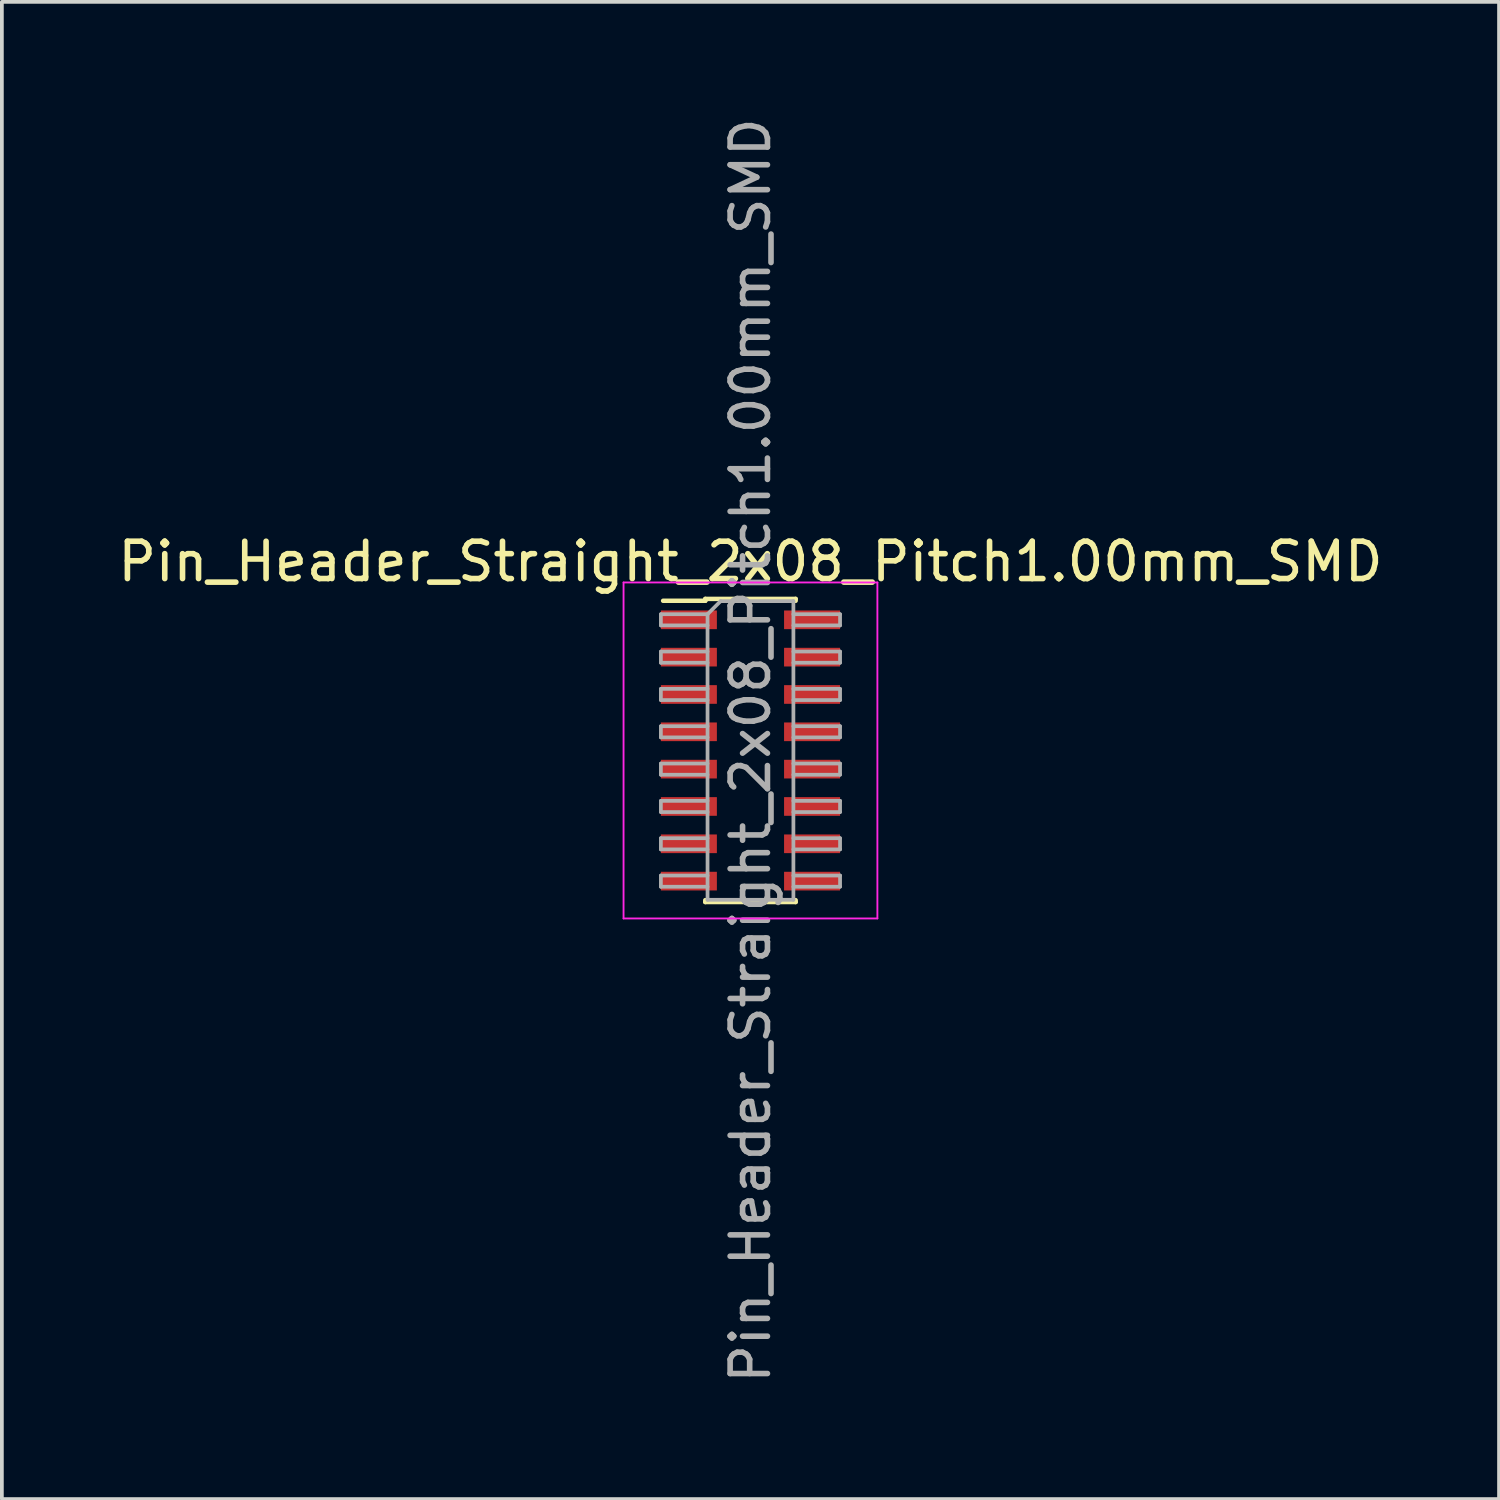
<source format=kicad_pcb>
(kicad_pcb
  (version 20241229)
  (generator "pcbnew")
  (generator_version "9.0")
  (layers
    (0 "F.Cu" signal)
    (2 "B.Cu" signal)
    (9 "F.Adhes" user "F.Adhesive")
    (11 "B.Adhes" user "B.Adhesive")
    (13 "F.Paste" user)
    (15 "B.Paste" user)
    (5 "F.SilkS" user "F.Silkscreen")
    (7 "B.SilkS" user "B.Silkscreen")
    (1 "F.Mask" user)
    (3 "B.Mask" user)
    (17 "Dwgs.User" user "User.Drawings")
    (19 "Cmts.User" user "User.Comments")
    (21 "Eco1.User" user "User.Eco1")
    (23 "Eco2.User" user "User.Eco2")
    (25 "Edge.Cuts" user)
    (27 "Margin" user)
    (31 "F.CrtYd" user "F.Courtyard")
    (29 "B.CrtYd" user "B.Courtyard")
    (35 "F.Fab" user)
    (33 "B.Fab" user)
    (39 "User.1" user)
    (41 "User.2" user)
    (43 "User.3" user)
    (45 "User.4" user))
  (footprint "Pin_Header_Straight_2x08_Pitch1.00mm_SMD"
    (layer "F.Cu")
    (at 17.054 17.054)
    (property "Reference" "Pin_Header_Straight_2x08_Pitch1.00mm_SMD" (at 0 -5.06 0) (layer "F.SilkS") (effects (font (size 1 1) (thickness 0.15))))
    (attr smd)
    (fp_line (start -2.34 -4.01) (end -1.21 -4.01) (stroke (width 0.12) (type solid)) (layer "F.SilkS"))
    (fp_line (start -1.21 -4.06) (end -1.21 -4.01) (stroke (width 0.12) (type solid)) (layer "F.SilkS"))
    (fp_line (start -1.21 -4.06) (end 1.21 -4.06) (stroke (width 0.12) (type solid)) (layer "F.SilkS"))
    (fp_line (start -1.21 4.01) (end -1.21 4.06) (stroke (width 0.12) (type solid)) (layer "F.SilkS"))
    (fp_line (start -1.21 4.06) (end 1.21 4.06) (stroke (width 0.12) (type solid)) (layer "F.SilkS"))
    (fp_line (start 1.21 -4.06) (end 1.21 -4.01) (stroke (width 0.12) (type solid)) (layer "F.SilkS"))
    (fp_line (start 1.21 4.01) (end 1.21 4.06) (stroke (width 0.12) (type solid)) (layer "F.SilkS"))
    (fp_line (start -3.4 -4.5) (end -3.4 4.5) (stroke (width 0.05) (type solid)) (layer "F.CrtYd"))
    (fp_line (start -3.4 4.5) (end 3.4 4.5) (stroke (width 0.05) (type solid)) (layer "F.CrtYd"))
    (fp_line (start 3.4 -4.5) (end -3.4 -4.5) (stroke (width 0.05) (type solid)) (layer "F.CrtYd"))
    (fp_line (start 3.4 4.5) (end 3.4 -4.5) (stroke (width 0.05) (type solid)) (layer "F.CrtYd"))
    (fp_line (start -2.4 -3.65) (end -2.4 -3.35) (stroke (width 0.1) (type solid)) (layer "F.Fab"))
    (fp_line (start -2.4 -3.35) (end -1.15 -3.35) (stroke (width 0.1) (type solid)) (layer "F.Fab"))
    (fp_line (start -2.4 -2.65) (end -2.4 -2.35) (stroke (width 0.1) (type solid)) (layer "F.Fab"))
    (fp_line (start -2.4 -2.35) (end -1.15 -2.35) (stroke (width 0.1) (type solid)) (layer "F.Fab"))
    (fp_line (start -2.4 -1.65) (end -2.4 -1.35) (stroke (width 0.1) (type solid)) (layer "F.Fab"))
    (fp_line (start -2.4 -1.35) (end -1.15 -1.35) (stroke (width 0.1) (type solid)) (layer "F.Fab"))
    (fp_line (start -2.4 -0.65) (end -2.4 -0.35) (stroke (width 0.1) (type solid)) (layer "F.Fab"))
    (fp_line (start -2.4 -0.35) (end -1.15 -0.35) (stroke (width 0.1) (type solid)) (layer "F.Fab"))
    (fp_line (start -2.4 0.35) (end -2.4 0.65) (stroke (width 0.1) (type solid)) (layer "F.Fab"))
    (fp_line (start -2.4 0.65) (end -1.15 0.65) (stroke (width 0.1) (type solid)) (layer "F.Fab"))
    (fp_line (start -2.4 1.35) (end -2.4 1.65) (stroke (width 0.1) (type solid)) (layer "F.Fab"))
    (fp_line (start -2.4 1.65) (end -1.15 1.65) (stroke (width 0.1) (type solid)) (layer "F.Fab"))
    (fp_line (start -2.4 2.35) (end -2.4 2.65) (stroke (width 0.1) (type solid)) (layer "F.Fab"))
    (fp_line (start -2.4 2.65) (end -1.15 2.65) (stroke (width 0.1) (type solid)) (layer "F.Fab"))
    (fp_line (start -2.4 3.35) (end -2.4 3.65) (stroke (width 0.1) (type solid)) (layer "F.Fab"))
    (fp_line (start -2.4 3.65) (end -1.15 3.65) (stroke (width 0.1) (type solid)) (layer "F.Fab"))
    (fp_line (start -1.15 -3.65) (end -2.4 -3.65) (stroke (width 0.1) (type solid)) (layer "F.Fab"))
    (fp_line (start -1.15 -3.65) (end -0.8 -4) (stroke (width 0.1) (type solid)) (layer "F.Fab"))
    (fp_line (start -1.15 -2.65) (end -2.4 -2.65) (stroke (width 0.1) (type solid)) (layer "F.Fab"))
    (fp_line (start -1.15 -1.65) (end -2.4 -1.65) (stroke (width 0.1) (type solid)) (layer "F.Fab"))
    (fp_line (start -1.15 -0.65) (end -2.4 -0.65) (stroke (width 0.1) (type solid)) (layer "F.Fab"))
    (fp_line (start -1.15 0.35) (end -2.4 0.35) (stroke (width 0.1) (type solid)) (layer "F.Fab"))
    (fp_line (start -1.15 1.35) (end -2.4 1.35) (stroke (width 0.1) (type solid)) (layer "F.Fab"))
    (fp_line (start -1.15 2.35) (end -2.4 2.35) (stroke (width 0.1) (type solid)) (layer "F.Fab"))
    (fp_line (start -1.15 3.35) (end -2.4 3.35) (stroke (width 0.1) (type solid)) (layer "F.Fab"))
    (fp_line (start -1.15 4) (end -1.15 -3.65) (stroke (width 0.1) (type solid)) (layer "F.Fab"))
    (fp_line (start -0.8 -4) (end 1.15 -4) (stroke (width 0.1) (type solid)) (layer "F.Fab"))
    (fp_line (start 1.15 -4) (end 1.15 4) (stroke (width 0.1) (type solid)) (layer "F.Fab"))
    (fp_line (start 1.15 -3.65) (end 2.4 -3.65) (stroke (width 0.1) (type solid)) (layer "F.Fab"))
    (fp_line (start 1.15 -2.65) (end 2.4 -2.65) (stroke (width 0.1) (type solid)) (layer "F.Fab"))
    (fp_line (start 1.15 -1.65) (end 2.4 -1.65) (stroke (width 0.1) (type solid)) (layer "F.Fab"))
    (fp_line (start 1.15 -0.65) (end 2.4 -0.65) (stroke (width 0.1) (type solid)) (layer "F.Fab"))
    (fp_line (start 1.15 0.35) (end 2.4 0.35) (stroke (width 0.1) (type solid)) (layer "F.Fab"))
    (fp_line (start 1.15 1.35) (end 2.4 1.35) (stroke (width 0.1) (type solid)) (layer "F.Fab"))
    (fp_line (start 1.15 2.35) (end 2.4 2.35) (stroke (width 0.1) (type solid)) (layer "F.Fab"))
    (fp_line (start 1.15 3.35) (end 2.4 3.35) (stroke (width 0.1) (type solid)) (layer "F.Fab"))
    (fp_line (start 1.15 4) (end -1.15 4) (stroke (width 0.1) (type solid)) (layer "F.Fab"))
    (fp_line (start 2.4 -3.65) (end 2.4 -3.35) (stroke (width 0.1) (type solid)) (layer "F.Fab"))
    (fp_line (start 2.4 -3.35) (end 1.15 -3.35) (stroke (width 0.1) (type solid)) (layer "F.Fab"))
    (fp_line (start 2.4 -2.65) (end 2.4 -2.35) (stroke (width 0.1) (type solid)) (layer "F.Fab"))
    (fp_line (start 2.4 -2.35) (end 1.15 -2.35) (stroke (width 0.1) (type solid)) (layer "F.Fab"))
    (fp_line (start 2.4 -1.65) (end 2.4 -1.35) (stroke (width 0.1) (type solid)) (layer "F.Fab"))
    (fp_line (start 2.4 -1.35) (end 1.15 -1.35) (stroke (width 0.1) (type solid)) (layer "F.Fab"))
    (fp_line (start 2.4 -0.65) (end 2.4 -0.35) (stroke (width 0.1) (type solid)) (layer "F.Fab"))
    (fp_line (start 2.4 -0.35) (end 1.15 -0.35) (stroke (width 0.1) (type solid)) (layer "F.Fab"))
    (fp_line (start 2.4 0.35) (end 2.4 0.65) (stroke (width 0.1) (type solid)) (layer "F.Fab"))
    (fp_line (start 2.4 0.65) (end 1.15 0.65) (stroke (width 0.1) (type solid)) (layer "F.Fab"))
    (fp_line (start 2.4 1.35) (end 2.4 1.65) (stroke (width 0.1) (type solid)) (layer "F.Fab"))
    (fp_line (start 2.4 1.65) (end 1.15 1.65) (stroke (width 0.1) (type solid)) (layer "F.Fab"))
    (fp_line (start 2.4 2.35) (end 2.4 2.65) (stroke (width 0.1) (type solid)) (layer "F.Fab"))
    (fp_line (start 2.4 2.65) (end 1.15 2.65) (stroke (width 0.1) (type solid)) (layer "F.Fab"))
    (fp_line (start 2.4 3.35) (end 2.4 3.65) (stroke (width 0.1) (type solid)) (layer "F.Fab"))
    (fp_line (start 2.4 3.65) (end 1.15 3.65) (stroke (width 0.1) (type solid)) (layer "F.Fab"))
    (fp_text user "${REFERENCE}" (at 0 0 90) (layer "F.Fab") (effects (font (size 1 1) (thickness 0.15))))
    (pad "1" smd rect (at -1.65 -3.5) (size 1.5 0.5) (layers "F.Cu" "F.Mask" "F.Paste"))
    (pad "2" smd rect (at 1.65 -3.5) (size 1.5 0.5) (layers "F.Cu" "F.Mask" "F.Paste"))
    (pad "3" smd rect (at -1.65 -2.5) (size 1.5 0.5) (layers "F.Cu" "F.Mask" "F.Paste"))
    (pad "4" smd rect (at 1.65 -2.5) (size 1.5 0.5) (layers "F.Cu" "F.Mask" "F.Paste"))
    (pad "5" smd rect (at -1.65 -1.5) (size 1.5 0.5) (layers "F.Cu" "F.Mask" "F.Paste"))
    (pad "6" smd rect (at 1.65 -1.5) (size 1.5 0.5) (layers "F.Cu" "F.Mask" "F.Paste"))
    (pad "7" smd rect (at -1.65 -0.5) (size 1.5 0.5) (layers "F.Cu" "F.Mask" "F.Paste"))
    (pad "8" smd rect (at 1.65 -0.5) (size 1.5 0.5) (layers "F.Cu" "F.Mask" "F.Paste"))
    (pad "9" smd rect (at -1.65 0.5) (size 1.5 0.5) (layers "F.Cu" "F.Mask" "F.Paste"))
    (pad "10" smd rect (at 1.65 0.5) (size 1.5 0.5) (layers "F.Cu" "F.Mask" "F.Paste"))
    (pad "11" smd rect (at -1.65 1.5) (size 1.5 0.5) (layers "F.Cu" "F.Mask" "F.Paste"))
    (pad "12" smd rect (at 1.65 1.5) (size 1.5 0.5) (layers "F.Cu" "F.Mask" "F.Paste"))
    (pad "13" smd rect (at -1.65 2.5) (size 1.5 0.5) (layers "F.Cu" "F.Mask" "F.Paste"))
    (pad "14" smd rect (at 1.65 2.5) (size 1.5 0.5) (layers "F.Cu" "F.Mask" "F.Paste"))
    (pad "15" smd rect (at -1.65 3.5) (size 1.5 0.5) (layers "F.Cu" "F.Mask" "F.Paste"))
    (pad "16" smd rect (at 1.65 3.5) (size 1.5 0.5) (layers "F.Cu" "F.Mask" "F.Paste")))
  (gr_rect
    (start -3 -3)
    (end 37.107 37.107)
    (stroke (width 0.1) (type default))
    (fill no)
    (layer "Edge.Cuts")))
</source>
